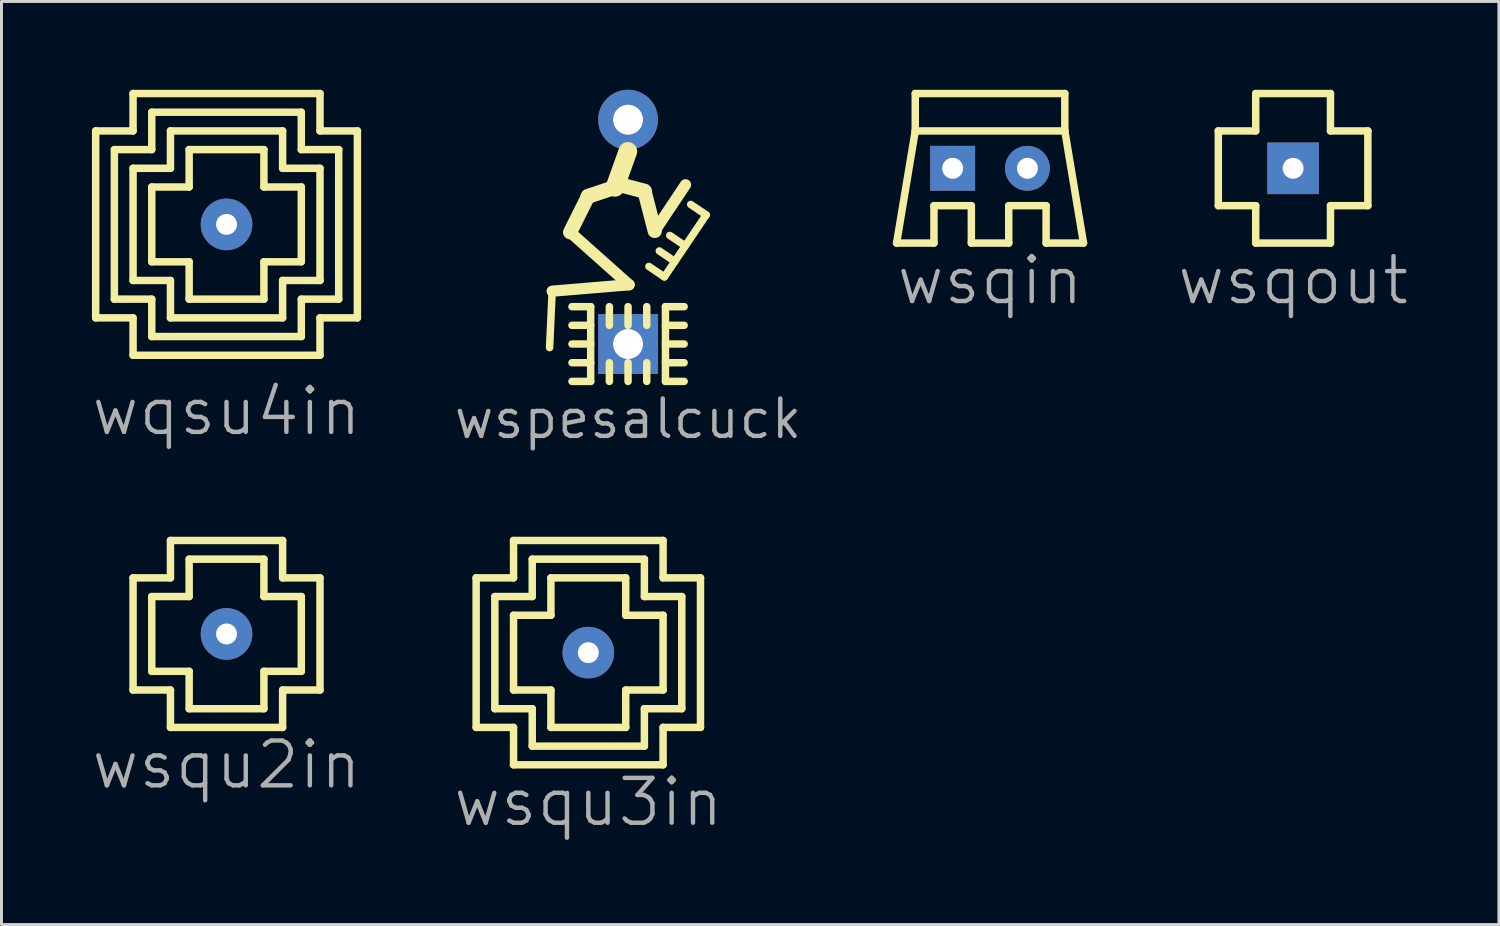
<source format=kicad_pcb>
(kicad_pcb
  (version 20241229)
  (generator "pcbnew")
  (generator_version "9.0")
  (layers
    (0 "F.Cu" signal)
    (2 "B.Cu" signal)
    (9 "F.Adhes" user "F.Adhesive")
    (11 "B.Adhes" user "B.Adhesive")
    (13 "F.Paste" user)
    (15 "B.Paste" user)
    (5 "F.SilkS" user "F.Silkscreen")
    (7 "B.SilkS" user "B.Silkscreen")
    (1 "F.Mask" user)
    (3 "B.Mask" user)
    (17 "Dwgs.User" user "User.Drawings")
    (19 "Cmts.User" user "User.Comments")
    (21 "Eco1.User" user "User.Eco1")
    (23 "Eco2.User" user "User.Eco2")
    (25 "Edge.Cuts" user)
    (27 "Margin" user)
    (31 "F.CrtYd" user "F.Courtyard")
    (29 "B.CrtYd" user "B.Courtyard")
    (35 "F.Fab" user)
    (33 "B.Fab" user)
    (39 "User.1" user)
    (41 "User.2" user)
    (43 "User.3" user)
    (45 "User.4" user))
  (footprint "wspesalcuck"
    (layer "F.Cu")
    (at 18.284 1.016)
    (property "Reference" "wspesalcuck" (at 0 10.16 0) (layer "F.Fab") (effects (font (size 1.27 1.27) (thickness 0.15))))
    (attr through_hole)
    (fp_line (start -2.578 5.825) (end -2.665 7.741) (stroke (width 0.254) (type default)) (layer "F.SilkS"))
    (fp_line (start -1.968 3.822) (end 0.035 5.607) (stroke (width 0.381) (type default)) (layer "F.SilkS"))
    (fp_line (start -1.905 7.62) (end -1.27 7.62) (stroke (width 0.254) (type default)) (layer "F.SilkS"))
    (fp_line (start -1.905 8.89) (end -1.27 8.89) (stroke (width 0.254) (type default)) (layer "F.SilkS"))
    (fp_line (start -1.358 2.602) (end -1.968 3.822) (stroke (width 0.483) (type default)) (layer "F.SilkS"))
    (fp_line (start -1.27 6.35) (end -1.905 6.35) (stroke (width 0.254) (type default)) (layer "F.SilkS"))
    (fp_line (start -1.27 6.985) (end -1.905 6.985) (stroke (width 0.254) (type default)) (layer "F.SilkS"))
    (fp_line (start -1.27 8.255) (end -1.905 8.255) (stroke (width 0.254) (type default)) (layer "F.SilkS"))
    (fp_line (start -1.27 8.89) (end -1.27 6.35) (stroke (width 0.254) (type default)) (layer "F.SilkS"))
    (fp_line (start -0.635 6.985) (end -0.635 6.35) (stroke (width 0.254) (type default)) (layer "F.SilkS"))
    (fp_line (start -0.635 8.89) (end -0.635 8.255) (stroke (width 0.254) (type default)) (layer "F.SilkS"))
    (fp_line (start -0.444 2.297) (end -1.358 2.602) (stroke (width 0.508) (type default)) (layer "F.SilkS"))
    (fp_line (start -0.008 1.078) (end -0.444 2.297) (stroke (width 0.635) (type default)) (layer "F.SilkS"))
    (fp_line (start 0 6.985) (end 0 6.35) (stroke (width 0.254) (type default)) (layer "F.SilkS"))
    (fp_line (start 0 8.89) (end 0 8.255) (stroke (width 0.254) (type default)) (layer "F.SilkS"))
    (fp_line (start 0.035 5.607) (end -2.578 5.825) (stroke (width 0.381) (type default)) (layer "F.SilkS"))
    (fp_line (start 0.558 2.428) (end -0.27 2.21) (stroke (width 0.508) (type default)) (layer "F.SilkS"))
    (fp_line (start 0.635 6.985) (end 0.635 6.35) (stroke (width 0.254) (type default)) (layer "F.SilkS"))
    (fp_line (start 0.635 8.89) (end 0.635 8.255) (stroke (width 0.254) (type default)) (layer "F.SilkS"))
    (fp_line (start 0.906 3.778) (end 0.558 2.428) (stroke (width 0.483) (type default)) (layer "F.SilkS"))
    (fp_line (start 1.234 5.34) (end 0.707 4.985) (stroke (width 0.254) (type default)) (layer "F.SilkS"))
    (fp_line (start 1.27 6.35) (end 1.905 6.35) (stroke (width 0.254) (type default)) (layer "F.SilkS"))
    (fp_line (start 1.27 6.985) (end 1.905 6.985) (stroke (width 0.254) (type default)) (layer "F.SilkS"))
    (fp_line (start 1.27 7.62) (end 1.905 7.62) (stroke (width 0.254) (type default)) (layer "F.SilkS"))
    (fp_line (start 1.27 8.255) (end 1.905 8.255) (stroke (width 0.254) (type default)) (layer "F.SilkS"))
    (fp_line (start 1.27 8.89) (end 1.27 6.35) (stroke (width 0.254) (type default)) (layer "F.SilkS"))
    (fp_line (start 1.589 4.814) (end 1.062 4.459) (stroke (width 0.254) (type default)) (layer "F.SilkS"))
    (fp_line (start 1.905 8.89) (end 1.27 8.89) (stroke (width 0.254) (type default)) (layer "F.SilkS"))
    (fp_line (start 1.944 4.287) (end 1.417 3.932) (stroke (width 0.254) (type default)) (layer "F.SilkS"))
    (fp_line (start 1.952 2.21) (end 0.906 3.778) (stroke (width 0.381) (type default)) (layer "F.SilkS"))
    (fp_line (start 2.128 2.879) (end 2.654 3.234) (stroke (width 0.254) (type default)) (layer "F.SilkS"))
    (fp_line (start 2.654 3.234) (end 1.234 5.34) (stroke (width 0.254) (type default)) (layer "F.SilkS"))
    (pad "1" thru_hole circle (at 0 0) (size 2.032 2.032) (drill 1.016) (layers "*.Cu" "*.Mask"))
    (pad "2" thru_hole rect (at 0 7.62) (size 2.032 2.032) (drill 1.016) (layers "*.Cu" "*.Mask")))
  (footprint "wsqu2in"
    (layer "F.Cu")
    (at 4.645 18.484)
    (property "Reference" "wsqu2in" (at 0 4.445 0) (layer "F.Fab") (effects (font (size 1.524 1.524) (thickness 0.15))))
    (attr through_hole)
    (fp_line (start -3.175 -1.905) (end -1.905 -1.905) (stroke (width 0.254) (type default)) (layer "F.SilkS"))
    (fp_line (start -3.175 1.905) (end -3.175 -1.905) (stroke (width 0.254) (type default)) (layer "F.SilkS"))
    (fp_line (start -2.54 -1.27) (end -2.54 1.27) (stroke (width 0.254) (type default)) (layer "F.SilkS"))
    (fp_line (start -2.54 1.27) (end -1.27 1.27) (stroke (width 0.254) (type default)) (layer "F.SilkS"))
    (fp_line (start -1.905 -3.175) (end 1.905 -3.175) (stroke (width 0.254) (type default)) (layer "F.SilkS"))
    (fp_line (start -1.905 -1.905) (end -1.905 -3.175) (stroke (width 0.254) (type default)) (layer "F.SilkS"))
    (fp_line (start -1.905 1.905) (end -3.175 1.905) (stroke (width 0.254) (type default)) (layer "F.SilkS"))
    (fp_line (start -1.905 3.175) (end -1.905 1.905) (stroke (width 0.254) (type default)) (layer "F.SilkS"))
    (fp_line (start -1.27 -2.54) (end -1.27 -1.27) (stroke (width 0.254) (type default)) (layer "F.SilkS"))
    (fp_line (start -1.27 -1.27) (end -2.54 -1.27) (stroke (width 0.254) (type default)) (layer "F.SilkS"))
    (fp_line (start -1.27 1.27) (end -1.27 2.54) (stroke (width 0.254) (type default)) (layer "F.SilkS"))
    (fp_line (start -1.27 2.54) (end 1.27 2.54) (stroke (width 0.254) (type default)) (layer "F.SilkS"))
    (fp_line (start 1.27 -2.54) (end -1.27 -2.54) (stroke (width 0.254) (type default)) (layer "F.SilkS"))
    (fp_line (start 1.27 -1.27) (end 1.27 -2.54) (stroke (width 0.254) (type default)) (layer "F.SilkS"))
    (fp_line (start 1.27 1.27) (end 2.54 1.27) (stroke (width 0.254) (type default)) (layer "F.SilkS"))
    (fp_line (start 1.27 2.54) (end 1.27 1.27) (stroke (width 0.254) (type default)) (layer "F.SilkS"))
    (fp_line (start 1.905 -3.175) (end 1.905 -1.905) (stroke (width 0.254) (type default)) (layer "F.SilkS"))
    (fp_line (start 1.905 -1.905) (end 3.175 -1.905) (stroke (width 0.254) (type default)) (layer "F.SilkS"))
    (fp_line (start 1.905 1.905) (end 1.905 3.175) (stroke (width 0.254) (type default)) (layer "F.SilkS"))
    (fp_line (start 1.905 3.175) (end -1.905 3.175) (stroke (width 0.254) (type default)) (layer "F.SilkS"))
    (fp_line (start 2.54 -1.27) (end 1.27 -1.27) (stroke (width 0.254) (type default)) (layer "F.SilkS"))
    (fp_line (start 2.54 1.27) (end 2.54 -1.27) (stroke (width 0.254) (type default)) (layer "F.SilkS"))
    (fp_line (start 3.175 -1.905) (end 3.175 1.905) (stroke (width 0.254) (type default)) (layer "F.SilkS"))
    (fp_line (start 3.175 1.905) (end 1.905 1.905) (stroke (width 0.254) (type default)) (layer "F.SilkS"))
    (pad "1" thru_hole circle (at 0 0) (size 1.753 1.753) (drill 0.711) (layers "*.Cu" "*.Mask")))
  (footprint "wsqu3in"
    (layer "F.Cu")
    (at 16.934 19.119)
    (property "Reference" "wsqu3in" (at 0 5.08 0) (layer "F.Fab") (effects (font (size 1.524 1.524) (thickness 0.15))))
    (attr through_hole)
    (fp_line (start -3.81 -2.54) (end -2.54 -2.54) (stroke (width 0.254) (type default)) (layer "F.SilkS"))
    (fp_line (start -3.81 2.54) (end -3.81 -2.54) (stroke (width 0.254) (type default)) (layer "F.SilkS"))
    (fp_line (start -3.175 -1.905) (end -1.905 -1.905) (stroke (width 0.254) (type default)) (layer "F.SilkS"))
    (fp_line (start -3.175 1.905) (end -3.175 -1.905) (stroke (width 0.254) (type default)) (layer "F.SilkS"))
    (fp_line (start -2.54 -3.81) (end 2.54 -3.81) (stroke (width 0.254) (type default)) (layer "F.SilkS"))
    (fp_line (start -2.54 -2.54) (end -2.54 -3.81) (stroke (width 0.254) (type default)) (layer "F.SilkS"))
    (fp_line (start -2.54 -1.27) (end -2.54 1.27) (stroke (width 0.254) (type default)) (layer "F.SilkS"))
    (fp_line (start -2.54 1.27) (end -1.27 1.27) (stroke (width 0.254) (type default)) (layer "F.SilkS"))
    (fp_line (start -2.54 2.54) (end -3.81 2.54) (stroke (width 0.254) (type default)) (layer "F.SilkS"))
    (fp_line (start -2.54 3.81) (end -2.54 2.54) (stroke (width 0.254) (type default)) (layer "F.SilkS"))
    (fp_line (start -1.905 -3.175) (end 1.905 -3.175) (stroke (width 0.254) (type default)) (layer "F.SilkS"))
    (fp_line (start -1.905 -1.905) (end -1.905 -3.175) (stroke (width 0.254) (type default)) (layer "F.SilkS"))
    (fp_line (start -1.905 1.905) (end -3.175 1.905) (stroke (width 0.254) (type default)) (layer "F.SilkS"))
    (fp_line (start -1.905 3.175) (end -1.905 1.905) (stroke (width 0.254) (type default)) (layer "F.SilkS"))
    (fp_line (start -1.27 -2.54) (end -1.27 -1.27) (stroke (width 0.254) (type default)) (layer "F.SilkS"))
    (fp_line (start -1.27 -1.27) (end -2.54 -1.27) (stroke (width 0.254) (type default)) (layer "F.SilkS"))
    (fp_line (start -1.27 1.27) (end -1.27 2.54) (stroke (width 0.254) (type default)) (layer "F.SilkS"))
    (fp_line (start -1.27 2.54) (end 1.27 2.54) (stroke (width 0.254) (type default)) (layer "F.SilkS"))
    (fp_line (start 1.27 -2.54) (end -1.27 -2.54) (stroke (width 0.254) (type default)) (layer "F.SilkS"))
    (fp_line (start 1.27 -1.27) (end 1.27 -2.54) (stroke (width 0.254) (type default)) (layer "F.SilkS"))
    (fp_line (start 1.27 1.27) (end 2.54 1.27) (stroke (width 0.254) (type default)) (layer "F.SilkS"))
    (fp_line (start 1.27 2.54) (end 1.27 1.27) (stroke (width 0.254) (type default)) (layer "F.SilkS"))
    (fp_line (start 1.905 -3.175) (end 1.905 -1.905) (stroke (width 0.254) (type default)) (layer "F.SilkS"))
    (fp_line (start 1.905 -1.905) (end 3.175 -1.905) (stroke (width 0.254) (type default)) (layer "F.SilkS"))
    (fp_line (start 1.905 1.905) (end 1.905 3.175) (stroke (width 0.254) (type default)) (layer "F.SilkS"))
    (fp_line (start 1.905 3.175) (end -1.905 3.175) (stroke (width 0.254) (type default)) (layer "F.SilkS"))
    (fp_line (start 2.54 -3.81) (end 2.54 -2.54) (stroke (width 0.254) (type default)) (layer "F.SilkS"))
    (fp_line (start 2.54 -2.54) (end 3.81 -2.54) (stroke (width 0.254) (type default)) (layer "F.SilkS"))
    (fp_line (start 2.54 -1.27) (end 1.27 -1.27) (stroke (width 0.254) (type default)) (layer "F.SilkS"))
    (fp_line (start 2.54 1.27) (end 2.54 -1.27) (stroke (width 0.254) (type default)) (layer "F.SilkS"))
    (fp_line (start 2.54 2.54) (end 2.54 3.81) (stroke (width 0.254) (type default)) (layer "F.SilkS"))
    (fp_line (start 2.54 3.81) (end -2.54 3.81) (stroke (width 0.254) (type default)) (layer "F.SilkS"))
    (fp_line (start 3.175 -1.905) (end 3.175 1.905) (stroke (width 0.254) (type default)) (layer "F.SilkS"))
    (fp_line (start 3.175 1.905) (end 1.905 1.905) (stroke (width 0.254) (type default)) (layer "F.SilkS"))
    (fp_line (start 3.81 -2.54) (end 3.81 2.54) (stroke (width 0.254) (type default)) (layer "F.SilkS"))
    (fp_line (start 3.81 2.54) (end 2.54 2.54) (stroke (width 0.254) (type default)) (layer "F.SilkS"))
    (pad "1" thru_hole circle (at 0 0) (size 1.753 1.753) (drill 0.711) (layers "*.Cu" "*.Mask")))
  (footprint "wqsu4in"
    (layer "F.Cu")
    (at 4.645 4.572)
    (property "Reference" "wqsu4in" (at 0 6.35 0) (layer "F.Fab") (effects (font (size 1.524 1.524) (thickness 0.15))))
    (attr through_hole)
    (fp_line (start -4.445 -3.175) (end -3.175 -3.175) (stroke (width 0.254) (type default)) (layer "F.SilkS"))
    (fp_line (start -4.445 3.175) (end -4.445 -3.175) (stroke (width 0.254) (type default)) (layer "F.SilkS"))
    (fp_line (start -3.81 -2.54) (end -2.54 -2.54) (stroke (width 0.254) (type default)) (layer "F.SilkS"))
    (fp_line (start -3.81 2.54) (end -3.81 -2.54) (stroke (width 0.254) (type default)) (layer "F.SilkS"))
    (fp_line (start -3.175 -4.445) (end 3.175 -4.445) (stroke (width 0.254) (type default)) (layer "F.SilkS"))
    (fp_line (start -3.175 -3.175) (end -3.175 -4.445) (stroke (width 0.254) (type default)) (layer "F.SilkS"))
    (fp_line (start -3.175 -1.905) (end -1.905 -1.905) (stroke (width 0.254) (type default)) (layer "F.SilkS"))
    (fp_line (start -3.175 1.905) (end -3.175 -1.905) (stroke (width 0.254) (type default)) (layer "F.SilkS"))
    (fp_line (start -3.175 3.175) (end -4.445 3.175) (stroke (width 0.254) (type default)) (layer "F.SilkS"))
    (fp_line (start -3.175 4.445) (end -3.175 3.175) (stroke (width 0.254) (type default)) (layer "F.SilkS"))
    (fp_line (start -2.54 -3.81) (end 2.54 -3.81) (stroke (width 0.254) (type default)) (layer "F.SilkS"))
    (fp_line (start -2.54 -2.54) (end -2.54 -3.81) (stroke (width 0.254) (type default)) (layer "F.SilkS"))
    (fp_line (start -2.54 -1.27) (end -2.54 1.27) (stroke (width 0.254) (type default)) (layer "F.SilkS"))
    (fp_line (start -2.54 1.27) (end -1.27 1.27) (stroke (width 0.254) (type default)) (layer "F.SilkS"))
    (fp_line (start -2.54 2.54) (end -3.81 2.54) (stroke (width 0.254) (type default)) (layer "F.SilkS"))
    (fp_line (start -2.54 3.81) (end -2.54 2.54) (stroke (width 0.254) (type default)) (layer "F.SilkS"))
    (fp_line (start -1.905 -3.175) (end 1.905 -3.175) (stroke (width 0.254) (type default)) (layer "F.SilkS"))
    (fp_line (start -1.905 -1.905) (end -1.905 -3.175) (stroke (width 0.254) (type default)) (layer "F.SilkS"))
    (fp_line (start -1.905 1.905) (end -3.175 1.905) (stroke (width 0.254) (type default)) (layer "F.SilkS"))
    (fp_line (start -1.905 3.175) (end -1.905 1.905) (stroke (width 0.254) (type default)) (layer "F.SilkS"))
    (fp_line (start -1.27 -2.54) (end -1.27 -1.27) (stroke (width 0.254) (type default)) (layer "F.SilkS"))
    (fp_line (start -1.27 -1.27) (end -2.54 -1.27) (stroke (width 0.254) (type default)) (layer "F.SilkS"))
    (fp_line (start -1.27 1.27) (end -1.27 2.54) (stroke (width 0.254) (type default)) (layer "F.SilkS"))
    (fp_line (start -1.27 2.54) (end 1.27 2.54) (stroke (width 0.254) (type default)) (layer "F.SilkS"))
    (fp_line (start 1.27 -2.54) (end -1.27 -2.54) (stroke (width 0.254) (type default)) (layer "F.SilkS"))
    (fp_line (start 1.27 -1.27) (end 1.27 -2.54) (stroke (width 0.254) (type default)) (layer "F.SilkS"))
    (fp_line (start 1.27 1.27) (end 2.54 1.27) (stroke (width 0.254) (type default)) (layer "F.SilkS"))
    (fp_line (start 1.27 2.54) (end 1.27 1.27) (stroke (width 0.254) (type default)) (layer "F.SilkS"))
    (fp_line (start 1.905 -3.175) (end 1.905 -1.905) (stroke (width 0.254) (type default)) (layer "F.SilkS"))
    (fp_line (start 1.905 -1.905) (end 3.175 -1.905) (stroke (width 0.254) (type default)) (layer "F.SilkS"))
    (fp_line (start 1.905 1.905) (end 1.905 3.175) (stroke (width 0.254) (type default)) (layer "F.SilkS"))
    (fp_line (start 1.905 3.175) (end -1.905 3.175) (stroke (width 0.254) (type default)) (layer "F.SilkS"))
    (fp_line (start 2.54 -3.81) (end 2.54 -2.54) (stroke (width 0.254) (type default)) (layer "F.SilkS"))
    (fp_line (start 2.54 -2.54) (end 3.81 -2.54) (stroke (width 0.254) (type default)) (layer "F.SilkS"))
    (fp_line (start 2.54 -1.27) (end 1.27 -1.27) (stroke (width 0.254) (type default)) (layer "F.SilkS"))
    (fp_line (start 2.54 1.27) (end 2.54 -1.27) (stroke (width 0.254) (type default)) (layer "F.SilkS"))
    (fp_line (start 2.54 2.54) (end 2.54 3.81) (stroke (width 0.254) (type default)) (layer "F.SilkS"))
    (fp_line (start 2.54 3.81) (end -2.54 3.81) (stroke (width 0.254) (type default)) (layer "F.SilkS"))
    (fp_line (start 3.175 -4.445) (end 3.175 -3.175) (stroke (width 0.254) (type default)) (layer "F.SilkS"))
    (fp_line (start 3.175 -3.175) (end 4.445 -3.175) (stroke (width 0.254) (type default)) (layer "F.SilkS"))
    (fp_line (start 3.175 -1.905) (end 3.175 1.905) (stroke (width 0.254) (type default)) (layer "F.SilkS"))
    (fp_line (start 3.175 1.905) (end 1.905 1.905) (stroke (width 0.254) (type default)) (layer "F.SilkS"))
    (fp_line (start 3.175 3.175) (end 3.175 4.445) (stroke (width 0.254) (type default)) (layer "F.SilkS"))
    (fp_line (start 3.175 4.445) (end -3.175 4.445) (stroke (width 0.254) (type default)) (layer "F.SilkS"))
    (fp_line (start 3.81 -2.54) (end 3.81 2.54) (stroke (width 0.254) (type default)) (layer "F.SilkS"))
    (fp_line (start 3.81 2.54) (end 2.54 2.54) (stroke (width 0.254) (type default)) (layer "F.SilkS"))
    (fp_line (start 4.445 -3.175) (end 4.445 3.175) (stroke (width 0.254) (type default)) (layer "F.SilkS"))
    (fp_line (start 4.445 3.175) (end 3.175 3.175) (stroke (width 0.254) (type default)) (layer "F.SilkS"))
    (pad "1" thru_hole circle (at 0 0) (size 1.753 1.753) (drill 0.711) (layers "*.Cu" "*.Mask")))
  (footprint "wsqin"
    (layer "F.Cu")
    (at 29.31 2.667)
    (property "Reference" "wsqin" (at 1.27 3.81 0) (layer "F.Fab") (effects (font (size 1.524 1.524) (thickness 0.15))))
    (attr through_hole)
    (fp_line (start -1.905 2.54) (end -0.635 2.54) (stroke (width 0.254) (type default)) (layer "F.SilkS"))
    (fp_line (start -1.27 -2.54) (end -1.27 -1.27) (stroke (width 0.254) (type default)) (layer "F.SilkS"))
    (fp_line (start -1.27 -1.27) (end -1.905 2.54) (stroke (width 0.254) (type default)) (layer "F.SilkS"))
    (fp_line (start -1.27 -1.27) (end 3.81 -1.27) (stroke (width 0.254) (type default)) (layer "F.SilkS"))
    (fp_line (start -0.635 1.27) (end 0.635 1.27) (stroke (width 0.254) (type default)) (layer "F.SilkS"))
    (fp_line (start -0.635 2.54) (end -0.635 1.27) (stroke (width 0.254) (type default)) (layer "F.SilkS"))
    (fp_line (start 0.635 1.27) (end 0.635 2.54) (stroke (width 0.254) (type default)) (layer "F.SilkS"))
    (fp_line (start 0.635 2.54) (end 1.905 2.54) (stroke (width 0.254) (type default)) (layer "F.SilkS"))
    (fp_line (start 1.905 1.27) (end 3.175 1.27) (stroke (width 0.254) (type default)) (layer "F.SilkS"))
    (fp_line (start 1.905 2.54) (end 1.905 1.27) (stroke (width 0.254) (type default)) (layer "F.SilkS"))
    (fp_line (start 3.175 1.27) (end 3.175 2.54) (stroke (width 0.254) (type default)) (layer "F.SilkS"))
    (fp_line (start 3.175 2.54) (end 4.445 2.54) (stroke (width 0.254) (type default)) (layer "F.SilkS"))
    (fp_line (start 3.81 -2.54) (end -1.27 -2.54) (stroke (width 0.254) (type default)) (layer "F.SilkS"))
    (fp_line (start 3.81 -1.27) (end 3.81 -2.54) (stroke (width 0.254) (type default)) (layer "F.SilkS"))
    (fp_line (start 4.445 2.54) (end 3.81 -1.27) (stroke (width 0.254) (type default)) (layer "F.SilkS"))
    (pad "1" thru_hole circle (at 2.54 0) (size 1.524 1.524) (drill 0.711) (layers "*.Cu" "*.Mask"))
    (pad "2" thru_hole rect (at 0 0) (size 1.524 1.524) (drill 0.711) (layers "*.Cu" "*.Mask")))
  (footprint "wsqout"
    (layer "F.Cu")
    (at 40.874 2.667)
    (property "Reference" "wsqout" (at 0 3.81 0) (layer "F.Fab") (effects (font (size 1.524 1.524) (thickness 0.15))))
    (attr through_hole)
    (fp_line (start -2.54 -1.27) (end -2.54 1.27) (stroke (width 0.254) (type default)) (layer "F.SilkS"))
    (fp_line (start -2.54 1.27) (end -1.27 1.27) (stroke (width 0.254) (type default)) (layer "F.SilkS"))
    (fp_line (start -1.27 -2.54) (end -1.27 -1.27) (stroke (width 0.254) (type default)) (layer "F.SilkS"))
    (fp_line (start -1.27 -1.27) (end -2.54 -1.27) (stroke (width 0.254) (type default)) (layer "F.SilkS"))
    (fp_line (start -1.27 1.27) (end -1.27 2.54) (stroke (width 0.254) (type default)) (layer "F.SilkS"))
    (fp_line (start -1.27 2.54) (end 1.27 2.54) (stroke (width 0.254) (type default)) (layer "F.SilkS"))
    (fp_line (start 1.27 -2.54) (end -1.27 -2.54) (stroke (width 0.254) (type default)) (layer "F.SilkS"))
    (fp_line (start 1.27 -1.27) (end 1.27 -2.54) (stroke (width 0.254) (type default)) (layer "F.SilkS"))
    (fp_line (start 1.27 1.27) (end 2.54 1.27) (stroke (width 0.254) (type default)) (layer "F.SilkS"))
    (fp_line (start 1.27 2.54) (end 1.27 1.27) (stroke (width 0.254) (type default)) (layer "F.SilkS"))
    (fp_line (start 2.54 -1.27) (end 1.27 -1.27) (stroke (width 0.254) (type default)) (layer "F.SilkS"))
    (fp_line (start 2.54 1.27) (end 2.54 -1.27) (stroke (width 0.254) (type default)) (layer "F.SilkS"))
    (pad "1" thru_hole rect (at 0 0) (size 1.753 1.753) (drill 0.711) (layers "*.Cu" "*.Mask")))
  (gr_rect
    (start -3 -3)
    (end 47.865 28.354)
    (stroke (width 0.1) (type default))
    (fill no)
    (layer "Edge.Cuts")))
</source>
